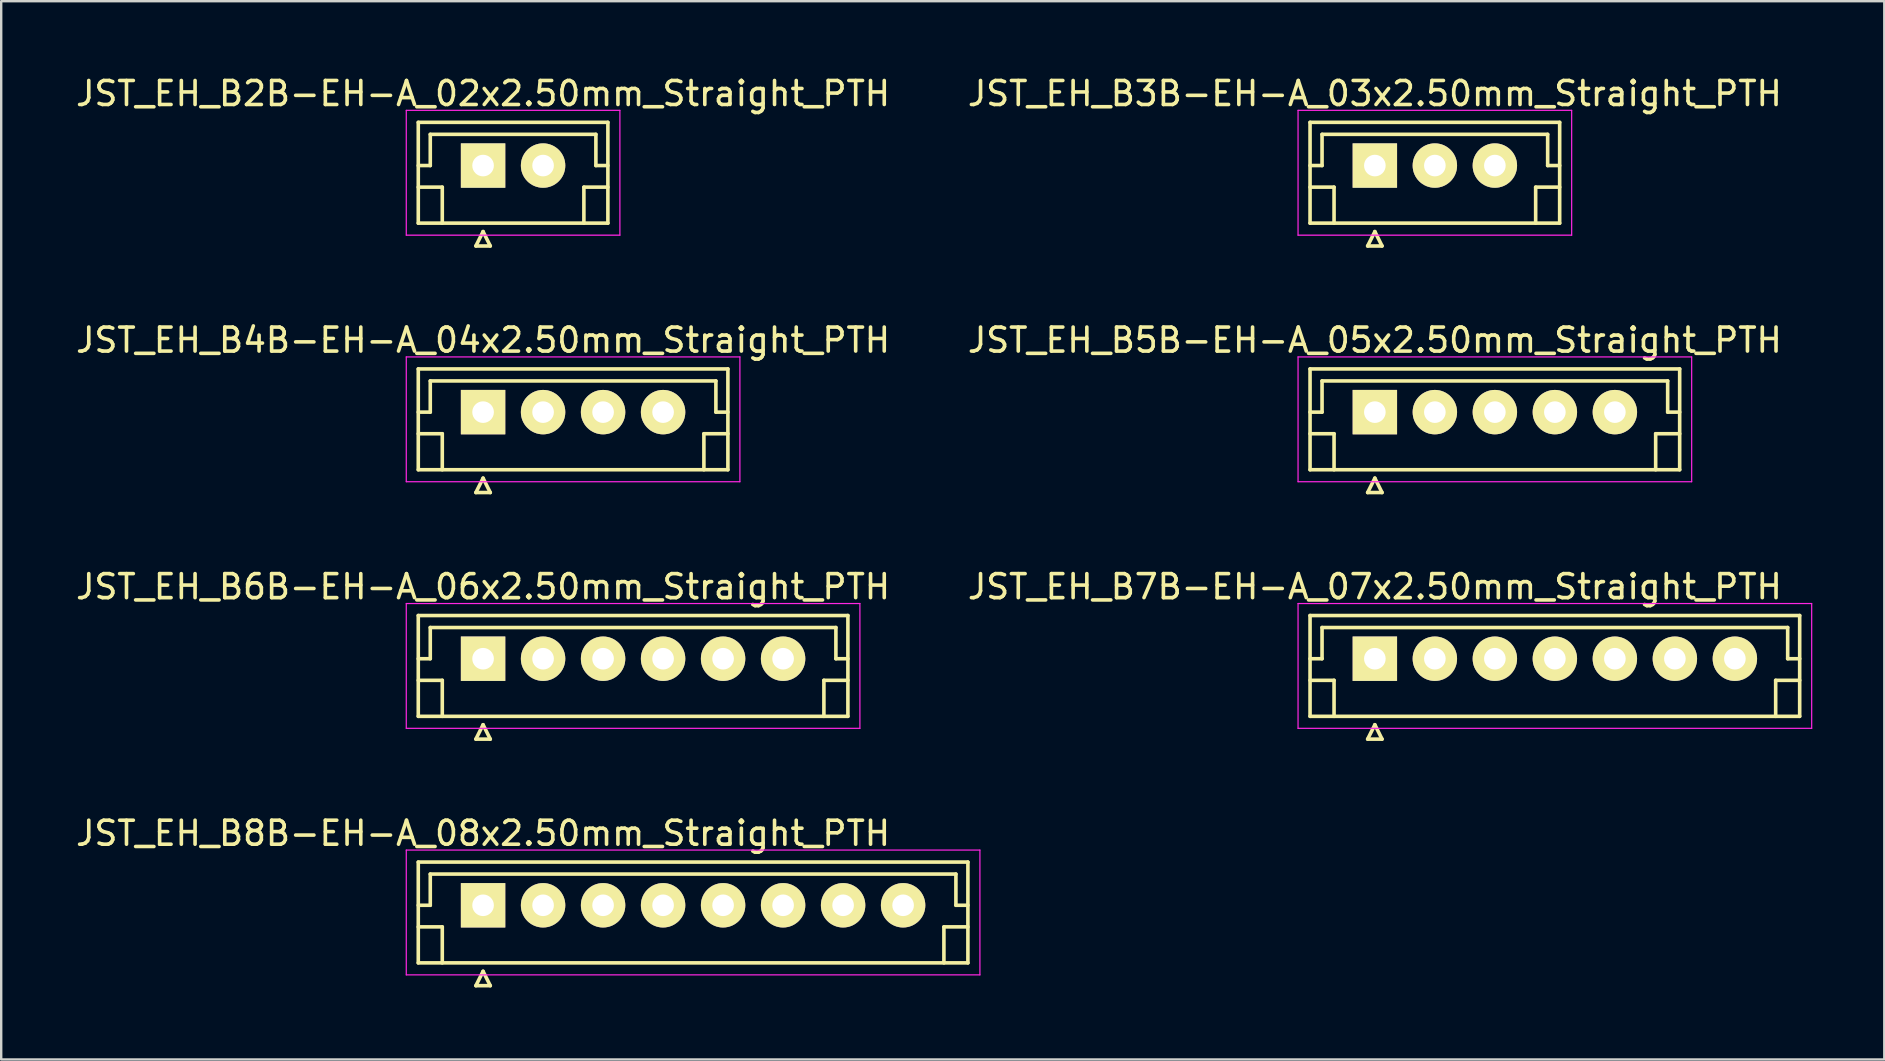
<source format=kicad_pcb>
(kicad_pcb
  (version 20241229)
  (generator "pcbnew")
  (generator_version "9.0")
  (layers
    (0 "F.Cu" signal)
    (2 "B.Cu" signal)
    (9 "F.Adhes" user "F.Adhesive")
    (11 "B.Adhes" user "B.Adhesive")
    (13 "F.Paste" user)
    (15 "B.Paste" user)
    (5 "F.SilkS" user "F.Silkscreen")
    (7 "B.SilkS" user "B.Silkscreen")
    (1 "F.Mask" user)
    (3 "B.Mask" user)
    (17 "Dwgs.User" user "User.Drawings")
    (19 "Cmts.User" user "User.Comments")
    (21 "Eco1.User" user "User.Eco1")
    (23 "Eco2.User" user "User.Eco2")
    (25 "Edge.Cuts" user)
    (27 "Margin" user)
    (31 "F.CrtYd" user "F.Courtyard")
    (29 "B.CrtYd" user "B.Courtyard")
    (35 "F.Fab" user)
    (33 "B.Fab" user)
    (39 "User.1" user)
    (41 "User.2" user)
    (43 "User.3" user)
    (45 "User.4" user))
  (footprint "JST_EH_B4B-EH-A_04x2.50mm_Straight_PTH"
    (layer "F.Cu")
    (at 17.077 14.121)
    (property "Reference" "JST_EH_B4B-EH-A_04x2.50mm_Straight_PTH" (at 0 -3 0) (layer "F.SilkS") (effects (font (size 1 1) (thickness 0.15))))
    (attr through_hole)
    (fp_line (start -2.7 -1.8) (end -2.7 2.4) (stroke (width 0.15) (type solid)) (layer "F.SilkS"))
    (fp_line (start -2.7 0) (end -2.2 0) (stroke (width 0.15) (type solid)) (layer "F.SilkS"))
    (fp_line (start -2.7 0.9) (end -1.7 0.9) (stroke (width 0.15) (type solid)) (layer "F.SilkS"))
    (fp_line (start -2.7 2.4) (end 10.2 2.4) (stroke (width 0.15) (type solid)) (layer "F.SilkS"))
    (fp_line (start -2.2 -1.3) (end 9.7 -1.3) (stroke (width 0.15) (type solid)) (layer "F.SilkS"))
    (fp_line (start -2.2 0) (end -2.2 -1.3) (stroke (width 0.15) (type solid)) (layer "F.SilkS"))
    (fp_line (start -1.7 0.9) (end -1.7 2.4) (stroke (width 0.15) (type solid)) (layer "F.SilkS"))
    (fp_line (start -0.3 3.35) (end 0.3 3.35) (stroke (width 0.15) (type solid)) (layer "F.SilkS"))
    (fp_line (start 0 2.75) (end -0.3 3.35) (stroke (width 0.15) (type solid)) (layer "F.SilkS"))
    (fp_line (start 0.3 3.35) (end 0 2.75) (stroke (width 0.15) (type solid)) (layer "F.SilkS"))
    (fp_line (start 9.2 0.9) (end 9.2 2.4) (stroke (width 0.15) (type solid)) (layer "F.SilkS"))
    (fp_line (start 9.7 -1.3) (end 9.7 0) (stroke (width 0.15) (type solid)) (layer "F.SilkS"))
    (fp_line (start 9.7 0) (end 10.2 0) (stroke (width 0.15) (type solid)) (layer "F.SilkS"))
    (fp_line (start 10.2 -1.8) (end -2.7 -1.8) (stroke (width 0.15) (type solid)) (layer "F.SilkS"))
    (fp_line (start 10.2 0.9) (end 9.2 0.9) (stroke (width 0.15) (type solid)) (layer "F.SilkS"))
    (fp_line (start 10.2 2.4) (end 10.2 -1.8) (stroke (width 0.15) (type solid)) (layer "F.SilkS"))
    (fp_line (start -3.2 -2.3) (end -3.2 2.9) (stroke (width 0.05) (type solid)) (layer "F.CrtYd"))
    (fp_line (start -3.2 2.9) (end 10.7 2.9) (stroke (width 0.05) (type solid)) (layer "F.CrtYd"))
    (fp_line (start 10.7 -2.3) (end -3.2 -2.3) (stroke (width 0.05) (type solid)) (layer "F.CrtYd"))
    (fp_line (start 10.7 2.9) (end 10.7 -2.3) (stroke (width 0.05) (type solid)) (layer "F.CrtYd"))
    (pad "1" thru_hole rect (at 0 0) (size 1.85 1.85) (drill 0.9) (layers "*.Cu" "*.Mask" "F.SilkS"))
    (pad "2" thru_hole circle (at 2.5 0) (size 1.85 1.85) (drill 0.9) (layers "*.Cu" "*.Mask" "F.SilkS"))
    (pad "3" thru_hole circle (at 5 0) (size 1.85 1.85) (drill 0.9) (layers "*.Cu" "*.Mask" "F.SilkS"))
    (pad "4" thru_hole circle (at 7.5 0) (size 1.85 1.85) (drill 0.9) (layers "*.Cu" "*.Mask" "F.SilkS")))
  (footprint "JST_EH_B2B-EH-A_02x2.50mm_Straight_PTH"
    (layer "F.Cu")
    (at 17.077 3.848)
    (property "Reference" "JST_EH_B2B-EH-A_02x2.50mm_Straight_PTH" (at 0 -3 0) (layer "F.SilkS") (effects (font (size 1 1) (thickness 0.15))))
    (attr through_hole)
    (fp_line (start -2.7 -1.8) (end -2.7 2.4) (stroke (width 0.15) (type solid)) (layer "F.SilkS"))
    (fp_line (start -2.7 0) (end -2.2 0) (stroke (width 0.15) (type solid)) (layer "F.SilkS"))
    (fp_line (start -2.7 0.9) (end -1.7 0.9) (stroke (width 0.15) (type solid)) (layer "F.SilkS"))
    (fp_line (start -2.7 2.4) (end 5.2 2.4) (stroke (width 0.15) (type solid)) (layer "F.SilkS"))
    (fp_line (start -2.2 -1.3) (end 4.7 -1.3) (stroke (width 0.15) (type solid)) (layer "F.SilkS"))
    (fp_line (start -2.2 0) (end -2.2 -1.3) (stroke (width 0.15) (type solid)) (layer "F.SilkS"))
    (fp_line (start -1.7 0.9) (end -1.7 2.4) (stroke (width 0.15) (type solid)) (layer "F.SilkS"))
    (fp_line (start -0.3 3.35) (end 0.3 3.35) (stroke (width 0.15) (type solid)) (layer "F.SilkS"))
    (fp_line (start 0 2.75) (end -0.3 3.35) (stroke (width 0.15) (type solid)) (layer "F.SilkS"))
    (fp_line (start 0.3 3.35) (end 0 2.75) (stroke (width 0.15) (type solid)) (layer "F.SilkS"))
    (fp_line (start 4.2 0.9) (end 4.2 2.4) (stroke (width 0.15) (type solid)) (layer "F.SilkS"))
    (fp_line (start 4.7 -1.3) (end 4.7 0) (stroke (width 0.15) (type solid)) (layer "F.SilkS"))
    (fp_line (start 4.7 0) (end 5.2 0) (stroke (width 0.15) (type solid)) (layer "F.SilkS"))
    (fp_line (start 5.2 -1.8) (end -2.7 -1.8) (stroke (width 0.15) (type solid)) (layer "F.SilkS"))
    (fp_line (start 5.2 0.9) (end 4.2 0.9) (stroke (width 0.15) (type solid)) (layer "F.SilkS"))
    (fp_line (start 5.2 2.4) (end 5.2 -1.8) (stroke (width 0.15) (type solid)) (layer "F.SilkS"))
    (fp_line (start -3.2 -2.3) (end -3.2 2.9) (stroke (width 0.05) (type solid)) (layer "F.CrtYd"))
    (fp_line (start -3.2 2.9) (end 5.7 2.9) (stroke (width 0.05) (type solid)) (layer "F.CrtYd"))
    (fp_line (start 5.7 -2.3) (end -3.2 -2.3) (stroke (width 0.05) (type solid)) (layer "F.CrtYd"))
    (fp_line (start 5.7 2.9) (end 5.7 -2.3) (stroke (width 0.05) (type solid)) (layer "F.CrtYd"))
    (pad "1" thru_hole rect (at 0 0) (size 1.85 1.85) (drill 0.9) (layers "*.Cu" "*.Mask" "F.SilkS"))
    (pad "2" thru_hole circle (at 2.5 0) (size 1.85 1.85) (drill 0.9) (layers "*.Cu" "*.Mask" "F.SilkS")))
  (footprint "JST_EH_B3B-EH-A_03x2.50mm_Straight_PTH"
    (layer "F.Cu")
    (at 54.232 3.848)
    (property "Reference" "JST_EH_B3B-EH-A_03x2.50mm_Straight_PTH" (at 0 -3 0) (layer "F.SilkS") (effects (font (size 1 1) (thickness 0.15))))
    (attr through_hole)
    (fp_line (start -2.7 -1.8) (end -2.7 2.4) (stroke (width 0.15) (type solid)) (layer "F.SilkS"))
    (fp_line (start -2.7 0) (end -2.2 0) (stroke (width 0.15) (type solid)) (layer "F.SilkS"))
    (fp_line (start -2.7 0.9) (end -1.7 0.9) (stroke (width 0.15) (type solid)) (layer "F.SilkS"))
    (fp_line (start -2.7 2.4) (end 7.7 2.4) (stroke (width 0.15) (type solid)) (layer "F.SilkS"))
    (fp_line (start -2.2 -1.3) (end 7.2 -1.3) (stroke (width 0.15) (type solid)) (layer "F.SilkS"))
    (fp_line (start -2.2 0) (end -2.2 -1.3) (stroke (width 0.15) (type solid)) (layer "F.SilkS"))
    (fp_line (start -1.7 0.9) (end -1.7 2.4) (stroke (width 0.15) (type solid)) (layer "F.SilkS"))
    (fp_line (start -0.3 3.35) (end 0.3 3.35) (stroke (width 0.15) (type solid)) (layer "F.SilkS"))
    (fp_line (start 0 2.75) (end -0.3 3.35) (stroke (width 0.15) (type solid)) (layer "F.SilkS"))
    (fp_line (start 0.3 3.35) (end 0 2.75) (stroke (width 0.15) (type solid)) (layer "F.SilkS"))
    (fp_line (start 6.7 0.9) (end 6.7 2.4) (stroke (width 0.15) (type solid)) (layer "F.SilkS"))
    (fp_line (start 7.2 -1.3) (end 7.2 0) (stroke (width 0.15) (type solid)) (layer "F.SilkS"))
    (fp_line (start 7.2 0) (end 7.7 0) (stroke (width 0.15) (type solid)) (layer "F.SilkS"))
    (fp_line (start 7.7 -1.8) (end -2.7 -1.8) (stroke (width 0.15) (type solid)) (layer "F.SilkS"))
    (fp_line (start 7.7 0.9) (end 6.7 0.9) (stroke (width 0.15) (type solid)) (layer "F.SilkS"))
    (fp_line (start 7.7 2.4) (end 7.7 -1.8) (stroke (width 0.15) (type solid)) (layer "F.SilkS"))
    (fp_line (start -3.2 -2.3) (end -3.2 2.9) (stroke (width 0.05) (type solid)) (layer "F.CrtYd"))
    (fp_line (start -3.2 2.9) (end 8.2 2.9) (stroke (width 0.05) (type solid)) (layer "F.CrtYd"))
    (fp_line (start 8.2 -2.3) (end -3.2 -2.3) (stroke (width 0.05) (type solid)) (layer "F.CrtYd"))
    (fp_line (start 8.2 2.9) (end 8.2 -2.3) (stroke (width 0.05) (type solid)) (layer "F.CrtYd"))
    (pad "1" thru_hole rect (at 0 0) (size 1.85 1.85) (drill 0.9) (layers "*.Cu" "*.Mask" "F.SilkS"))
    (pad "2" thru_hole circle (at 2.5 0) (size 1.85 1.85) (drill 0.9) (layers "*.Cu" "*.Mask" "F.SilkS"))
    (pad "3" thru_hole circle (at 5 0) (size 1.85 1.85) (drill 0.9) (layers "*.Cu" "*.Mask" "F.SilkS")))
  (footprint "JST_EH_B5B-EH-A_05x2.50mm_Straight_PTH"
    (layer "F.Cu")
    (at 54.232 14.121)
    (property "Reference" "JST_EH_B5B-EH-A_05x2.50mm_Straight_PTH" (at 0 -3 0) (layer "F.SilkS") (effects (font (size 1 1) (thickness 0.15))))
    (attr through_hole)
    (fp_line (start -2.7 -1.8) (end -2.7 2.4) (stroke (width 0.15) (type solid)) (layer "F.SilkS"))
    (fp_line (start -2.7 0) (end -2.2 0) (stroke (width 0.15) (type solid)) (layer "F.SilkS"))
    (fp_line (start -2.7 0.9) (end -1.7 0.9) (stroke (width 0.15) (type solid)) (layer "F.SilkS"))
    (fp_line (start -2.7 2.4) (end 12.7 2.4) (stroke (width 0.15) (type solid)) (layer "F.SilkS"))
    (fp_line (start -2.2 -1.3) (end 12.2 -1.3) (stroke (width 0.15) (type solid)) (layer "F.SilkS"))
    (fp_line (start -2.2 0) (end -2.2 -1.3) (stroke (width 0.15) (type solid)) (layer "F.SilkS"))
    (fp_line (start -1.7 0.9) (end -1.7 2.4) (stroke (width 0.15) (type solid)) (layer "F.SilkS"))
    (fp_line (start -0.3 3.35) (end 0.3 3.35) (stroke (width 0.15) (type solid)) (layer "F.SilkS"))
    (fp_line (start 0 2.75) (end -0.3 3.35) (stroke (width 0.15) (type solid)) (layer "F.SilkS"))
    (fp_line (start 0.3 3.35) (end 0 2.75) (stroke (width 0.15) (type solid)) (layer "F.SilkS"))
    (fp_line (start 11.7 0.9) (end 11.7 2.4) (stroke (width 0.15) (type solid)) (layer "F.SilkS"))
    (fp_line (start 12.2 -1.3) (end 12.2 0) (stroke (width 0.15) (type solid)) (layer "F.SilkS"))
    (fp_line (start 12.2 0) (end 12.7 0) (stroke (width 0.15) (type solid)) (layer "F.SilkS"))
    (fp_line (start 12.7 -1.8) (end -2.7 -1.8) (stroke (width 0.15) (type solid)) (layer "F.SilkS"))
    (fp_line (start 12.7 0.9) (end 11.7 0.9) (stroke (width 0.15) (type solid)) (layer "F.SilkS"))
    (fp_line (start 12.7 2.4) (end 12.7 -1.8) (stroke (width 0.15) (type solid)) (layer "F.SilkS"))
    (fp_line (start -3.2 -2.3) (end -3.2 2.9) (stroke (width 0.05) (type solid)) (layer "F.CrtYd"))
    (fp_line (start -3.2 2.9) (end 13.2 2.9) (stroke (width 0.05) (type solid)) (layer "F.CrtYd"))
    (fp_line (start 13.2 -2.3) (end -3.2 -2.3) (stroke (width 0.05) (type solid)) (layer "F.CrtYd"))
    (fp_line (start 13.2 2.9) (end 13.2 -2.3) (stroke (width 0.05) (type solid)) (layer "F.CrtYd"))
    (pad "1" thru_hole rect (at 0 0) (size 1.85 1.85) (drill 0.9) (layers "*.Cu" "*.Mask" "F.SilkS"))
    (pad "2" thru_hole circle (at 2.5 0) (size 1.85 1.85) (drill 0.9) (layers "*.Cu" "*.Mask" "F.SilkS"))
    (pad "3" thru_hole circle (at 5 0) (size 1.85 1.85) (drill 0.9) (layers "*.Cu" "*.Mask" "F.SilkS"))
    (pad "4" thru_hole circle (at 7.5 0) (size 1.85 1.85) (drill 0.9) (layers "*.Cu" "*.Mask" "F.SilkS"))
    (pad "5" thru_hole circle (at 10 0) (size 1.85 1.85) (drill 0.9) (layers "*.Cu" "*.Mask" "F.SilkS")))
  (footprint "JST_EH_B8B-EH-A_08x2.50mm_Straight_PTH"
    (layer "F.Cu")
    (at 17.077 34.668)
    (property "Reference" "JST_EH_B8B-EH-A_08x2.50mm_Straight_PTH" (at 0 -3 0) (layer "F.SilkS") (effects (font (size 1 1) (thickness 0.15))))
    (attr through_hole)
    (fp_line (start -2.7 -1.8) (end -2.7 2.4) (stroke (width 0.15) (type solid)) (layer "F.SilkS"))
    (fp_line (start -2.7 0) (end -2.2 0) (stroke (width 0.15) (type solid)) (layer "F.SilkS"))
    (fp_line (start -2.7 0.9) (end -1.7 0.9) (stroke (width 0.15) (type solid)) (layer "F.SilkS"))
    (fp_line (start -2.7 2.4) (end 20.2 2.4) (stroke (width 0.15) (type solid)) (layer "F.SilkS"))
    (fp_line (start -2.2 -1.3) (end 19.7 -1.3) (stroke (width 0.15) (type solid)) (layer "F.SilkS"))
    (fp_line (start -2.2 0) (end -2.2 -1.3) (stroke (width 0.15) (type solid)) (layer "F.SilkS"))
    (fp_line (start -1.7 0.9) (end -1.7 2.4) (stroke (width 0.15) (type solid)) (layer "F.SilkS"))
    (fp_line (start -0.3 3.35) (end 0.3 3.35) (stroke (width 0.15) (type solid)) (layer "F.SilkS"))
    (fp_line (start 0 2.75) (end -0.3 3.35) (stroke (width 0.15) (type solid)) (layer "F.SilkS"))
    (fp_line (start 0.3 3.35) (end 0 2.75) (stroke (width 0.15) (type solid)) (layer "F.SilkS"))
    (fp_line (start 19.2 0.9) (end 19.2 2.4) (stroke (width 0.15) (type solid)) (layer "F.SilkS"))
    (fp_line (start 19.7 -1.3) (end 19.7 0) (stroke (width 0.15) (type solid)) (layer "F.SilkS"))
    (fp_line (start 19.7 0) (end 20.2 0) (stroke (width 0.15) (type solid)) (layer "F.SilkS"))
    (fp_line (start 20.2 -1.8) (end -2.7 -1.8) (stroke (width 0.15) (type solid)) (layer "F.SilkS"))
    (fp_line (start 20.2 0.9) (end 19.2 0.9) (stroke (width 0.15) (type solid)) (layer "F.SilkS"))
    (fp_line (start 20.2 2.4) (end 20.2 -1.8) (stroke (width 0.15) (type solid)) (layer "F.SilkS"))
    (fp_line (start -3.2 -2.3) (end -3.2 2.9) (stroke (width 0.05) (type solid)) (layer "F.CrtYd"))
    (fp_line (start -3.2 2.9) (end 20.7 2.9) (stroke (width 0.05) (type solid)) (layer "F.CrtYd"))
    (fp_line (start 20.7 -2.3) (end -3.2 -2.3) (stroke (width 0.05) (type solid)) (layer "F.CrtYd"))
    (fp_line (start 20.7 2.9) (end 20.7 -2.3) (stroke (width 0.05) (type solid)) (layer "F.CrtYd"))
    (pad "1" thru_hole rect (at 0 0) (size 1.85 1.85) (drill 0.9) (layers "*.Cu" "*.Mask" "F.SilkS"))
    (pad "2" thru_hole circle (at 2.5 0) (size 1.85 1.85) (drill 0.9) (layers "*.Cu" "*.Mask" "F.SilkS"))
    (pad "3" thru_hole circle (at 5 0) (size 1.85 1.85) (drill 0.9) (layers "*.Cu" "*.Mask" "F.SilkS"))
    (pad "4" thru_hole circle (at 7.5 0) (size 1.85 1.85) (drill 0.9) (layers "*.Cu" "*.Mask" "F.SilkS"))
    (pad "5" thru_hole circle (at 10 0) (size 1.85 1.85) (drill 0.9) (layers "*.Cu" "*.Mask" "F.SilkS"))
    (pad "6" thru_hole circle (at 12.5 0) (size 1.85 1.85) (drill 0.9) (layers "*.Cu" "*.Mask" "F.SilkS"))
    (pad "7" thru_hole circle (at 15 0) (size 1.85 1.85) (drill 0.9) (layers "*.Cu" "*.Mask" "F.SilkS"))
    (pad "8" thru_hole circle (at 17.5 0) (size 1.85 1.85) (drill 0.9) (layers "*.Cu" "*.Mask" "F.SilkS")))
  (footprint "JST_EH_B6B-EH-A_06x2.50mm_Straight_PTH"
    (layer "F.Cu")
    (at 17.077 24.395)
    (property "Reference" "JST_EH_B6B-EH-A_06x2.50mm_Straight_PTH" (at 0 -3 0) (layer "F.SilkS") (effects (font (size 1 1) (thickness 0.15))))
    (attr through_hole)
    (fp_line (start -2.7 -1.8) (end -2.7 2.4) (stroke (width 0.15) (type solid)) (layer "F.SilkS"))
    (fp_line (start -2.7 0) (end -2.2 0) (stroke (width 0.15) (type solid)) (layer "F.SilkS"))
    (fp_line (start -2.7 0.9) (end -1.7 0.9) (stroke (width 0.15) (type solid)) (layer "F.SilkS"))
    (fp_line (start -2.7 2.4) (end 15.2 2.4) (stroke (width 0.15) (type solid)) (layer "F.SilkS"))
    (fp_line (start -2.2 -1.3) (end 14.7 -1.3) (stroke (width 0.15) (type solid)) (layer "F.SilkS"))
    (fp_line (start -2.2 0) (end -2.2 -1.3) (stroke (width 0.15) (type solid)) (layer "F.SilkS"))
    (fp_line (start -1.7 0.9) (end -1.7 2.4) (stroke (width 0.15) (type solid)) (layer "F.SilkS"))
    (fp_line (start -0.3 3.35) (end 0.3 3.35) (stroke (width 0.15) (type solid)) (layer "F.SilkS"))
    (fp_line (start 0 2.75) (end -0.3 3.35) (stroke (width 0.15) (type solid)) (layer "F.SilkS"))
    (fp_line (start 0.3 3.35) (end 0 2.75) (stroke (width 0.15) (type solid)) (layer "F.SilkS"))
    (fp_line (start 14.2 0.9) (end 14.2 2.4) (stroke (width 0.15) (type solid)) (layer "F.SilkS"))
    (fp_line (start 14.7 -1.3) (end 14.7 0) (stroke (width 0.15) (type solid)) (layer "F.SilkS"))
    (fp_line (start 14.7 0) (end 15.2 0) (stroke (width 0.15) (type solid)) (layer "F.SilkS"))
    (fp_line (start 15.2 -1.8) (end -2.7 -1.8) (stroke (width 0.15) (type solid)) (layer "F.SilkS"))
    (fp_line (start 15.2 0.9) (end 14.2 0.9) (stroke (width 0.15) (type solid)) (layer "F.SilkS"))
    (fp_line (start 15.2 2.4) (end 15.2 -1.8) (stroke (width 0.15) (type solid)) (layer "F.SilkS"))
    (fp_line (start -3.2 -2.3) (end -3.2 2.9) (stroke (width 0.05) (type solid)) (layer "F.CrtYd"))
    (fp_line (start -3.2 2.9) (end 15.7 2.9) (stroke (width 0.05) (type solid)) (layer "F.CrtYd"))
    (fp_line (start 15.7 -2.3) (end -3.2 -2.3) (stroke (width 0.05) (type solid)) (layer "F.CrtYd"))
    (fp_line (start 15.7 2.9) (end 15.7 -2.3) (stroke (width 0.05) (type solid)) (layer "F.CrtYd"))
    (pad "1" thru_hole rect (at 0 0) (size 1.85 1.85) (drill 0.9) (layers "*.Cu" "*.Mask" "F.SilkS"))
    (pad "2" thru_hole circle (at 2.5 0) (size 1.85 1.85) (drill 0.9) (layers "*.Cu" "*.Mask" "F.SilkS"))
    (pad "3" thru_hole circle (at 5 0) (size 1.85 1.85) (drill 0.9) (layers "*.Cu" "*.Mask" "F.SilkS"))
    (pad "4" thru_hole circle (at 7.5 0) (size 1.85 1.85) (drill 0.9) (layers "*.Cu" "*.Mask" "F.SilkS"))
    (pad "5" thru_hole circle (at 10 0) (size 1.85 1.85) (drill 0.9) (layers "*.Cu" "*.Mask" "F.SilkS"))
    (pad "6" thru_hole circle (at 12.5 0) (size 1.85 1.85) (drill 0.9) (layers "*.Cu" "*.Mask" "F.SilkS")))
  (footprint "JST_EH_B7B-EH-A_07x2.50mm_Straight_PTH"
    (layer "F.Cu")
    (at 54.232 24.395)
    (property "Reference" "JST_EH_B7B-EH-A_07x2.50mm_Straight_PTH" (at 0 -3 0) (layer "F.SilkS") (effects (font (size 1 1) (thickness 0.15))))
    (attr through_hole)
    (fp_line (start -2.7 -1.8) (end -2.7 2.4) (stroke (width 0.15) (type solid)) (layer "F.SilkS"))
    (fp_line (start -2.7 0) (end -2.2 0) (stroke (width 0.15) (type solid)) (layer "F.SilkS"))
    (fp_line (start -2.7 0.9) (end -1.7 0.9) (stroke (width 0.15) (type solid)) (layer "F.SilkS"))
    (fp_line (start -2.7 2.4) (end 17.7 2.4) (stroke (width 0.15) (type solid)) (layer "F.SilkS"))
    (fp_line (start -2.2 -1.3) (end 17.2 -1.3) (stroke (width 0.15) (type solid)) (layer "F.SilkS"))
    (fp_line (start -2.2 0) (end -2.2 -1.3) (stroke (width 0.15) (type solid)) (layer "F.SilkS"))
    (fp_line (start -1.7 0.9) (end -1.7 2.4) (stroke (width 0.15) (type solid)) (layer "F.SilkS"))
    (fp_line (start -0.3 3.35) (end 0.3 3.35) (stroke (width 0.15) (type solid)) (layer "F.SilkS"))
    (fp_line (start 0 2.75) (end -0.3 3.35) (stroke (width 0.15) (type solid)) (layer "F.SilkS"))
    (fp_line (start 0.3 3.35) (end 0 2.75) (stroke (width 0.15) (type solid)) (layer "F.SilkS"))
    (fp_line (start 16.7 0.9) (end 16.7 2.4) (stroke (width 0.15) (type solid)) (layer "F.SilkS"))
    (fp_line (start 17.2 -1.3) (end 17.2 0) (stroke (width 0.15) (type solid)) (layer "F.SilkS"))
    (fp_line (start 17.2 0) (end 17.7 0) (stroke (width 0.15) (type solid)) (layer "F.SilkS"))
    (fp_line (start 17.7 -1.8) (end -2.7 -1.8) (stroke (width 0.15) (type solid)) (layer "F.SilkS"))
    (fp_line (start 17.7 0.9) (end 16.7 0.9) (stroke (width 0.15) (type solid)) (layer "F.SilkS"))
    (fp_line (start 17.7 2.4) (end 17.7 -1.8) (stroke (width 0.15) (type solid)) (layer "F.SilkS"))
    (fp_line (start -3.2 -2.3) (end -3.2 2.9) (stroke (width 0.05) (type solid)) (layer "F.CrtYd"))
    (fp_line (start -3.2 2.9) (end 18.2 2.9) (stroke (width 0.05) (type solid)) (layer "F.CrtYd"))
    (fp_line (start 18.2 -2.3) (end -3.2 -2.3) (stroke (width 0.05) (type solid)) (layer "F.CrtYd"))
    (fp_line (start 18.2 2.9) (end 18.2 -2.3) (stroke (width 0.05) (type solid)) (layer "F.CrtYd"))
    (pad "1" thru_hole rect (at 0 0) (size 1.85 1.85) (drill 0.9) (layers "*.Cu" "*.Mask" "F.SilkS"))
    (pad "2" thru_hole circle (at 2.5 0) (size 1.85 1.85) (drill 0.9) (layers "*.Cu" "*.Mask" "F.SilkS"))
    (pad "3" thru_hole circle (at 5 0) (size 1.85 1.85) (drill 0.9) (layers "*.Cu" "*.Mask" "F.SilkS"))
    (pad "4" thru_hole circle (at 7.5 0) (size 1.85 1.85) (drill 0.9) (layers "*.Cu" "*.Mask" "F.SilkS"))
    (pad "5" thru_hole circle (at 10 0) (size 1.85 1.85) (drill 0.9) (layers "*.Cu" "*.Mask" "F.SilkS"))
    (pad "6" thru_hole circle (at 12.5 0) (size 1.85 1.85) (drill 0.9) (layers "*.Cu" "*.Mask" "F.SilkS"))
    (pad "7" thru_hole circle (at 15 0) (size 1.85 1.85) (drill 0.9) (layers "*.Cu" "*.Mask" "F.SilkS")))
  (gr_rect
    (start -3 -3)
    (end 75.457 41.093)
    (stroke (width 0.1) (type default))
    (fill no)
    (layer "Edge.Cuts")))
</source>
